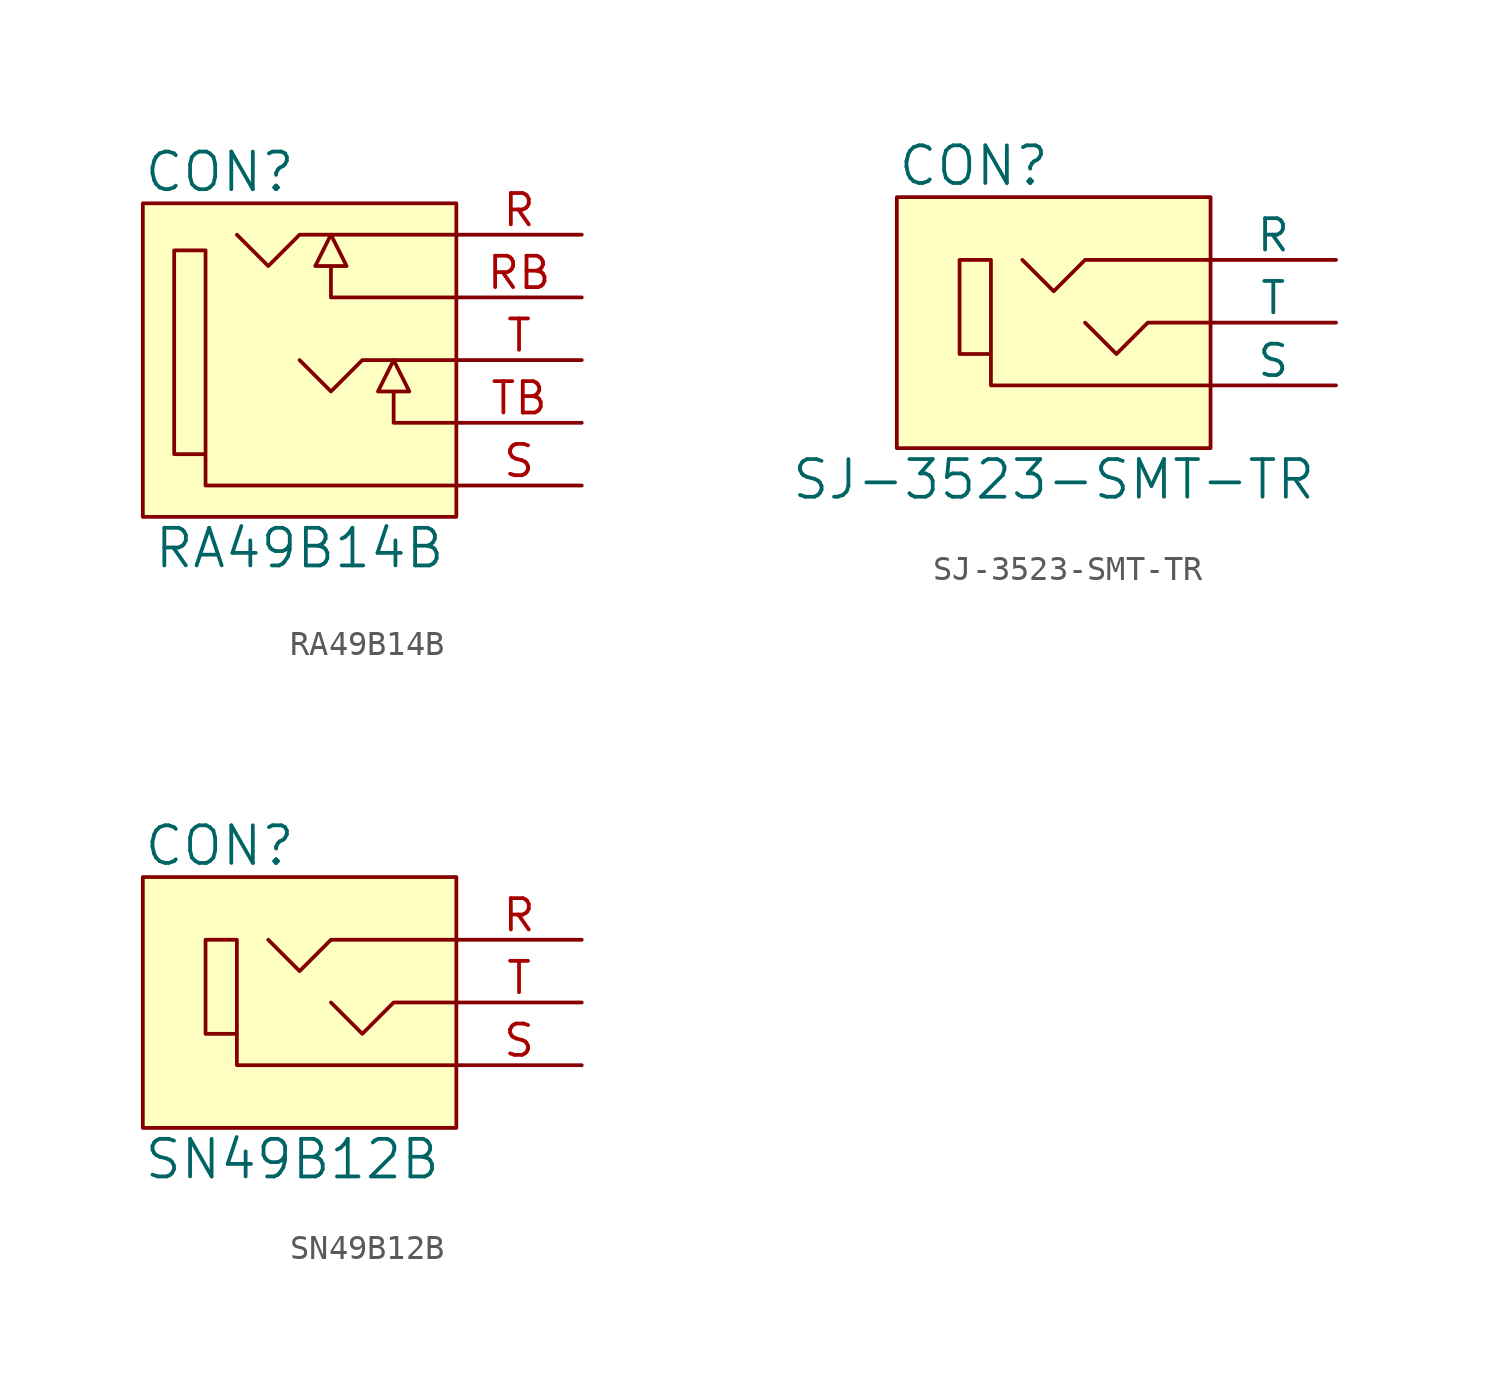
<source format=kicad_sym>
(kicad_symbol_lib
  (version 20211014)
  (generator kicad_symbol_editor)
  (symbol "RA49B14B"
    (pin_names
      (offset 0.025))
    (property "Reference" "CON"
      (at -7.62 7.62 0)
      (effects (font (size 1.524 1.524)) (justify left)))
    (property "Value" "RA49B14B"
      (at -1.27 -7.62 0)
      (effects (font (size 1.524 1.524))))
    (symbol "RA49B14B_0_1"
      (polyline (pts (xy 5.08 0) (xy 1.27 0) (xy 0 -1.27) (xy -1.27 0)) (stroke (width 0) (type default) (color 0 0 0 0)) (fill (type none)))
      (polyline (pts (xy 5.08 5.08) (xy -1.27 5.08) (xy -2.54 3.81) (xy -3.81 5.08)) (stroke (width 0) (type default) (color 0 0 0 0)) (fill (type none)))
      (polyline (pts (xy 5.08 -5.08) (xy -5.08 -5.08) (xy -5.08 4.445) (xy -6.35 4.445) (xy -6.35 -3.81) (xy -5.08 -3.81)) (stroke (width 0) (type default) (color 0 0 0 0)) (fill (type none)))
      (polyline (pts (xy 5.08 -2.54) (xy 2.54 -2.54) (xy 2.54 -1.27) (xy 1.905 -1.27) (xy 2.54 0) (xy 3.175 -1.27) (xy 2.54 -1.27)) (stroke (width 0) (type default) (color 0 0 0 0)) (fill (type none)))
      (polyline (pts (xy 5.08 2.54) (xy 0 2.54) (xy 0 3.81) (xy -0.635 3.81) (xy 0 5.08) (xy 0.635 3.81) (xy 0 3.81)) (stroke (width 0) (type default) (color 0 0 0 0)) (fill (type none)))
      (rectangle (start 5.08 6.35) (end -7.62 -6.35) (stroke (width 0) (type default) (color 0 0 0 0)) (fill (type background))))
    (symbol "RA49B14B_1_1"
      (pin passive line (at 10.16 5.08 180) (length 5.08) (name "~" (effects (font (size 1.27 1.27)))) (number "R" (effects (font (size 1.27 1.27)))))
      (pin passive line (at 10.16 2.54 180) (length 5.08) (name "~" (effects (font (size 1.27 1.27)))) (number "RB" (effects (font (size 1.27 1.27)))))
      (pin passive line (at 10.16 -5.08 180) (length 5.08) (name "~" (effects (font (size 1.27 1.27)))) (number "S" (effects (font (size 1.27 1.27)))))
      (pin passive line (at 10.16 0 180) (length 5.08) (name "~" (effects (font (size 1.27 1.27)))) (number "T" (effects (font (size 1.27 1.27)))))
      (pin passive line (at 10.16 -2.54 180) (length 5.08) (name "~" (effects (font (size 1.27 1.27)))) (number "TB" (effects (font (size 1.27 1.27)))))))
  (symbol "SJ-3523-SMT-TR"
    (pin_numbers hide)
    (pin_names
      (offset 0))
    (property "Reference" "CON"
      (at -7.62 6.35 0)
      (effects (font (size 1.524 1.524)) (justify left)))
    (property "Value" "SJ-3523-SMT-TR"
      (at -1.27 -6.35 0)
      (effects (font (size 1.524 1.524))))
    (symbol "SJ-3523-SMT-TR_0_1"
      (polyline (pts (xy 5.08 0) (xy 2.54 0) (xy 1.27 -1.27) (xy 0 0)) (stroke (width 0) (type default) (color 0 0 0 0)) (fill (type none)))
      (polyline (pts (xy 5.08 2.54) (xy 0 2.54) (xy -1.27 1.27) (xy -2.54 2.54)) (stroke (width 0) (type default) (color 0 0 0 0)) (fill (type none)))
      (polyline (pts (xy 5.08 -2.54) (xy -3.81 -2.54) (xy -3.81 2.54) (xy -5.08 2.54) (xy -5.08 -1.27) (xy -3.81 -1.27)) (stroke (width 0) (type default) (color 0 0 0 0)) (fill (type none)))
      (rectangle (start 5.08 5.08) (end -7.62 -5.08) (stroke (width 0) (type default) (color 0 0 0 0)) (fill (type background))))
    (symbol "SJ-3523-SMT-TR_1_1"
      (pin passive line (at 10.16 -2.54 180) (length 5.08) (name "S" (effects (font (size 1.27 1.27)))) (number "1" (effects (font (size 1.27 1.27)))))
      (pin passive line (at 10.16 0 180) (length 5.08) (name "T" (effects (font (size 1.27 1.27)))) (number "2" (effects (font (size 1.27 1.27)))))
      (pin passive line (at 10.16 2.54 180) (length 5.08) (name "R" (effects (font (size 1.27 1.27)))) (number "3" (effects (font (size 1.27 1.27)))))))
  (symbol "SN49B12B"
    (pin_names
      (offset 1.016))
    (property "Reference" "CON"
      (at -7.62 6.35 0)
      (effects (font (size 1.524 1.524)) (justify left)))
    (property "Value" "SN49B12B"
      (at -7.62 -6.35 0)
      (effects (font (size 1.524 1.524)) (justify left)))
    (symbol "SN49B12B_0_1"
      (polyline (pts (xy 5.08 0) (xy 2.54 0) (xy 1.27 -1.27) (xy 0 0)) (stroke (width 0) (type default) (color 0 0 0 0)) (fill (type none)))
      (polyline (pts (xy 5.08 2.54) (xy 0 2.54) (xy -1.27 1.27) (xy -2.54 2.54)) (stroke (width 0) (type default) (color 0 0 0 0)) (fill (type none)))
      (polyline (pts (xy 5.08 -2.54) (xy -3.81 -2.54) (xy -3.81 2.54) (xy -5.08 2.54) (xy -5.08 -1.27) (xy -3.81 -1.27)) (stroke (width 0) (type default) (color 0 0 0 0)) (fill (type none)))
      (rectangle (start 5.08 5.08) (end -7.62 -5.08) (stroke (width 0) (type default) (color 0 0 0 0)) (fill (type background))))
    (symbol "SN49B12B_1_1"
      (pin passive line (at 10.16 2.54 180) (length 5.08) (name "~" (effects (font (size 1.27 1.27)))) (number "R" (effects (font (size 1.27 1.27)))))
      (pin passive line (at 10.16 -2.54 180) (length 5.08) (name "~" (effects (font (size 1.27 1.27)))) (number "S" (effects (font (size 1.27 1.27)))))
      (pin passive line (at 10.16 0 180) (length 5.08) (name "~" (effects (font (size 1.27 1.27)))) (number "T" (effects (font (size 1.27 1.27))))))))
</source>
